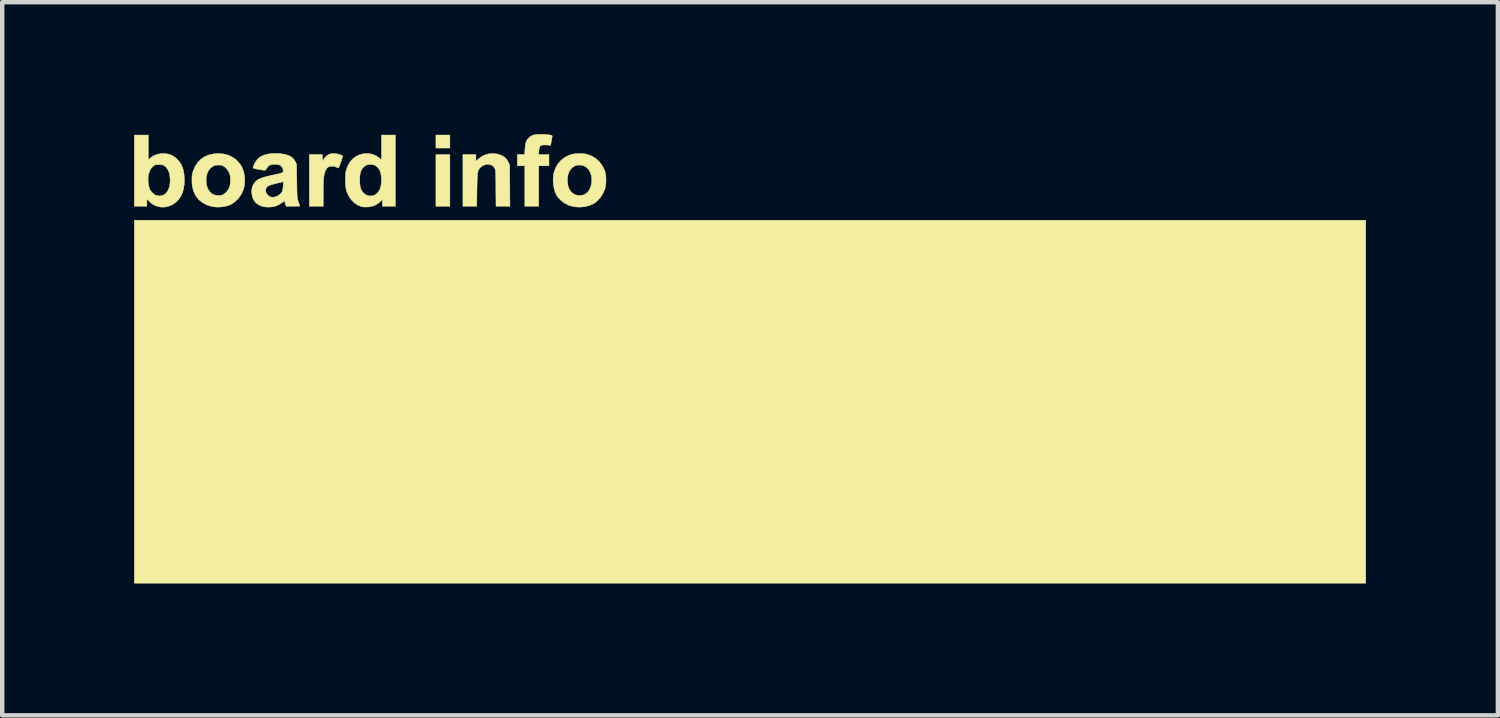
<source format=kicad_pcb>
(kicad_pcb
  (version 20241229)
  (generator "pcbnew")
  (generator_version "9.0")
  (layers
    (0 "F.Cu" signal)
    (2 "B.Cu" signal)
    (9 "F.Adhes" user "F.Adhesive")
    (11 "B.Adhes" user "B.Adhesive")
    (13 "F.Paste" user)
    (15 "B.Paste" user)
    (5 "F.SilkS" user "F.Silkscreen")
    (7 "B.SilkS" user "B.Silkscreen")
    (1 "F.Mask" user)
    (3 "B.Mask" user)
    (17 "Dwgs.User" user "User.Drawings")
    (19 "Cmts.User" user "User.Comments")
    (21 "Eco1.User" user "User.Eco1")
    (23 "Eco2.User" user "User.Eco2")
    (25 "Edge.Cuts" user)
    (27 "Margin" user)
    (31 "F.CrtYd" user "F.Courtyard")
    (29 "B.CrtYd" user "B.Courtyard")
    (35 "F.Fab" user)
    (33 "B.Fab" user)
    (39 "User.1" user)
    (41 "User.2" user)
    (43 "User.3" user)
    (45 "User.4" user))
  (footprint "board_info_block_bot"
    (layer "F.Cu")
    (at 14.007 5.101)
    (property "Reference" "board_info_block_bot" (at 0 0 0) (layer "F.SilkS") (effects (font (size 1.27 1.27) (thickness 0.15))))
    (attr through_hole board_only exclude_from_pos_files exclude_from_bom)
    (fp_poly (pts (xy -6.826 -4.784) (xy -7.144 -4.784) (xy -7.144 -5.08) (xy -6.826 -5.08) (xy -6.826 -4.784)) (stroke (width 0.01) (type solid)) (fill yes) (layer "F.SilkS"))
    (fp_poly (pts (xy -6.826 -3.461) (xy -7.144 -3.461) (xy -7.144 -4.636) (xy -6.826 -4.636) (xy -6.826 -3.461)) (stroke (width 0.01) (type solid)) (fill yes) (layer "F.SilkS"))
    (fp_poly (pts (xy 14.002 5.112) (xy -14.002 5.112) (xy -14.002 -3.143) (xy 14.002 -3.143) (xy 14.002 5.112)) (stroke (width 0.01) (type solid)) (fill yes) (layer "F.SilkS"))
    (fp_poly (pts (xy -4.674 -5.094) (xy -4.613 -5.09) (xy -4.562 -5.084) (xy -4.524 -5.076) (xy -4.502 -5.066) (xy -4.498 -5.06) (xy -4.499 -5.048) (xy -4.504 -5.019) (xy -4.511 -4.979) (xy -4.516 -4.95) (xy -4.535 -4.846) (xy -4.622 -4.854) (xy -4.688 -4.855) (xy -4.736 -4.849) (xy -4.769 -4.833) (xy -4.785 -4.813) (xy -4.791 -4.793) (xy -4.797 -4.758) (xy -4.802 -4.717) (xy -4.802 -4.714) (xy -4.808 -4.636) (xy -4.572 -4.636) (xy -4.572 -4.381) (xy -4.805 -4.381) (xy -4.805 -3.461) (xy -5.122 -3.461) (xy -5.122 -4.381) (xy -5.292 -4.381) (xy -5.292 -4.636) (xy -5.126 -4.636) (xy -5.119 -4.749) (xy -5.113 -4.828) (xy -5.103 -4.889) (xy -5.089 -4.937) (xy -5.068 -4.975) (xy -5.04 -5.008) (xy -5.034 -5.014) (xy -4.997 -5.044) (xy -4.959 -5.067) (xy -4.916 -5.082) (xy -4.864 -5.091) (xy -4.798 -5.095) (xy -4.741 -5.096) (xy -4.674 -5.094)) (stroke (width 0.01) (type solid)) (fill yes) (layer "F.SilkS"))
    (fp_poly (pts (xy -9.429 -4.657) (xy -9.382 -4.65) (xy -9.337 -4.639) (xy -9.3 -4.625) (xy -9.273 -4.61) (xy -9.263 -4.595) (xy -9.263 -4.59) (xy -9.268 -4.575) (xy -9.279 -4.545) (xy -9.293 -4.504) (xy -9.308 -4.461) (xy -9.325 -4.414) (xy -9.339 -4.375) (xy -9.35 -4.347) (xy -9.356 -4.336) (xy -9.369 -4.335) (xy -9.394 -4.343) (xy -9.408 -4.35) (xy -9.461 -4.368) (xy -9.517 -4.372) (xy -9.569 -4.363) (xy -9.591 -4.353) (xy -9.627 -4.32) (xy -9.657 -4.269) (xy -9.68 -4.202) (xy -9.694 -4.122) (xy -9.697 -4.085) (xy -9.7 -4.031) (xy -9.702 -3.964) (xy -9.704 -3.888) (xy -9.705 -3.807) (xy -9.705 -3.744) (xy -9.705 -3.461) (xy -10.022 -3.461) (xy -10.022 -4.636) (xy -9.727 -4.636) (xy -9.724 -4.567) (xy -9.721 -4.498) (xy -9.676 -4.556) (xy -9.637 -4.6) (xy -9.597 -4.63) (xy -9.549 -4.649) (xy -9.515 -4.657) (xy -9.475 -4.66) (xy -9.429 -4.657)) (stroke (width 0.01) (type solid)) (fill yes) (layer "F.SilkS"))
    (fp_poly (pts (xy -5.742 -4.648) (xy -5.652 -4.617) (xy -5.644 -4.614) (xy -5.589 -4.582) (xy -5.547 -4.543) (xy -5.512 -4.492) (xy -5.494 -4.456) (xy -5.466 -4.397) (xy -5.463 -3.929) (xy -5.46 -3.461) (xy -5.777 -3.461) (xy -5.781 -3.871) (xy -5.781 -3.976) (xy -5.782 -4.062) (xy -5.783 -4.131) (xy -5.785 -4.185) (xy -5.787 -4.227) (xy -5.789 -4.258) (xy -5.792 -4.282) (xy -5.795 -4.299) (xy -5.8 -4.312) (xy -5.804 -4.321) (xy -5.837 -4.366) (xy -5.881 -4.396) (xy -5.934 -4.411) (xy -5.992 -4.412) (xy -6.049 -4.397) (xy -6.104 -4.366) (xy -6.132 -4.342) (xy -6.15 -4.323) (xy -6.164 -4.304) (xy -6.176 -4.283) (xy -6.185 -4.257) (xy -6.193 -4.224) (xy -6.198 -4.181) (xy -6.202 -4.128) (xy -6.205 -4.061) (xy -6.207 -3.978) (xy -6.209 -3.877) (xy -6.21 -3.829) (xy -6.215 -3.461) (xy -6.53 -3.461) (xy -6.53 -4.636) (xy -6.234 -4.636) (xy -6.234 -4.481) (xy -6.18 -4.533) (xy -6.105 -4.59) (xy -6.021 -4.631) (xy -5.93 -4.654) (xy -5.835 -4.66) (xy -5.742 -4.648)) (stroke (width 0.01) (type solid)) (fill yes) (layer "F.SilkS"))
    (fp_poly (pts (xy -8.065 -3.461) (xy -8.361 -3.461) (xy -8.361 -3.612) (xy -8.414 -3.562) (xy -8.489 -3.504) (xy -8.571 -3.466) (xy -8.662 -3.446) (xy -8.698 -3.444) (xy -8.746 -3.443) (xy -8.791 -3.445) (xy -8.825 -3.449) (xy -8.831 -3.451) (xy -8.915 -3.482) (xy -8.992 -3.533) (xy -9.06 -3.599) (xy -9.118 -3.68) (xy -9.163 -3.772) (xy -9.182 -3.832) (xy -9.191 -3.878) (xy -9.198 -3.94) (xy -9.201 -4.01) (xy -9.202 -4.063) (xy -8.878 -4.063) (xy -8.876 -4.03) (xy -8.873 -3.978) (xy -8.868 -3.929) (xy -8.863 -3.89) (xy -8.859 -3.871) (xy -8.834 -3.818) (xy -8.795 -3.767) (xy -8.747 -3.727) (xy -8.731 -3.717) (xy -8.673 -3.698) (xy -8.611 -3.695) (xy -8.55 -3.709) (xy -8.511 -3.729) (xy -8.458 -3.779) (xy -8.419 -3.843) (xy -8.394 -3.923) (xy -8.383 -4.018) (xy -8.382 -4.05) (xy -8.387 -4.149) (xy -8.404 -4.232) (xy -8.432 -4.298) (xy -8.473 -4.351) (xy -8.526 -4.39) (xy -8.532 -4.393) (xy -8.583 -4.409) (xy -8.641 -4.413) (xy -8.698 -4.405) (xy -8.731 -4.392) (xy -8.786 -4.355) (xy -8.828 -4.304) (xy -8.857 -4.239) (xy -8.873 -4.159) (xy -8.878 -4.063) (xy -9.202 -4.063) (xy -9.202 -4.084) (xy -9.2 -4.155) (xy -9.196 -4.217) (xy -9.188 -4.264) (xy -9.187 -4.265) (xy -9.153 -4.367) (xy -9.104 -4.457) (xy -9.042 -4.531) (xy -8.968 -4.59) (xy -8.884 -4.632) (xy -8.791 -4.656) (xy -8.789 -4.656) (xy -8.689 -4.66) (xy -8.594 -4.645) (xy -8.506 -4.61) (xy -8.427 -4.556) (xy -8.427 -4.556) (xy -8.382 -4.517) (xy -8.382 -5.08) (xy -8.065 -5.08) (xy -8.065 -3.461)) (stroke (width 0.01) (type solid)) (fill yes) (layer "F.SilkS"))
    (fp_poly (pts (xy -13.684 -4.517) (xy -13.641 -4.556) (xy -13.571 -4.605) (xy -13.491 -4.639) (xy -13.403 -4.657) (xy -13.312 -4.66) (xy -13.223 -4.645) (xy -13.147 -4.618) (xy -13.09 -4.583) (xy -13.032 -4.534) (xy -12.98 -4.477) (xy -12.939 -4.418) (xy -12.929 -4.399) (xy -12.894 -4.303) (xy -12.872 -4.196) (xy -12.863 -4.082) (xy -12.866 -3.966) (xy -12.884 -3.854) (xy -12.903 -3.782) (xy -12.942 -3.692) (xy -12.996 -3.613) (xy -13.062 -3.548) (xy -13.137 -3.496) (xy -13.219 -3.461) (xy -13.306 -3.442) (xy -13.395 -3.441) (xy -13.483 -3.46) (xy -13.487 -3.462) (xy -13.535 -3.48) (xy -13.573 -3.499) (xy -13.608 -3.524) (xy -13.648 -3.558) (xy -13.66 -3.571) (xy -13.716 -3.624) (xy -13.716 -3.461) (xy -14.002 -3.461) (xy -14.002 -4.102) (xy -13.69 -4.102) (xy -13.687 -4.007) (xy -13.685 -3.984) (xy -13.674 -3.918) (xy -13.659 -3.867) (xy -13.639 -3.825) (xy -13.611 -3.787) (xy -13.602 -3.776) (xy -13.551 -3.731) (xy -13.497 -3.704) (xy -13.435 -3.696) (xy -13.417 -3.697) (xy -13.37 -3.703) (xy -13.332 -3.719) (xy -13.311 -3.732) (xy -13.264 -3.777) (xy -13.228 -3.838) (xy -13.202 -3.913) (xy -13.189 -3.998) (xy -13.188 -4.091) (xy -13.198 -4.174) (xy -13.219 -4.25) (xy -13.253 -4.314) (xy -13.297 -4.364) (xy -13.312 -4.376) (xy -13.338 -4.392) (xy -13.361 -4.402) (xy -13.389 -4.407) (xy -13.429 -4.408) (xy -13.441 -4.408) (xy -13.484 -4.407) (xy -13.514 -4.404) (xy -13.537 -4.395) (xy -13.561 -4.381) (xy -13.569 -4.375) (xy -13.618 -4.327) (xy -13.654 -4.265) (xy -13.679 -4.188) (xy -13.69 -4.102) (xy -14.002 -4.102) (xy -14.002 -5.08) (xy -13.684 -5.08) (xy -13.684 -4.517)) (stroke (width 0.01) (type solid)) (fill yes) (layer "F.SilkS"))
    (fp_poly (pts (xy -3.833 -4.658) (xy -3.758 -4.652) (xy -3.705 -4.642) (xy -3.605 -4.605) (xy -3.513 -4.551) (xy -3.434 -4.481) (xy -3.368 -4.396) (xy -3.317 -4.299) (xy -3.295 -4.239) (xy -3.282 -4.176) (xy -3.276 -4.1) (xy -3.276 -4.02) (xy -3.282 -3.942) (xy -3.295 -3.873) (xy -3.299 -3.858) (xy -3.339 -3.761) (xy -3.394 -3.672) (xy -3.463 -3.594) (xy -3.54 -3.531) (xy -3.575 -3.51) (xy -3.659 -3.475) (xy -3.755 -3.452) (xy -3.858 -3.441) (xy -3.961 -3.445) (xy -4.032 -3.456) (xy -4.128 -3.486) (xy -4.217 -3.531) (xy -4.297 -3.59) (xy -4.363 -3.659) (xy -4.406 -3.722) (xy -4.437 -3.797) (xy -4.46 -3.885) (xy -4.474 -3.981) (xy -4.477 -4.053) (xy -4.153 -4.053) (xy -4.147 -3.967) (xy -4.132 -3.896) (xy -4.104 -3.836) (xy -4.073 -3.794) (xy -4.025 -3.749) (xy -3.977 -3.721) (xy -3.922 -3.708) (xy -3.867 -3.707) (xy -3.821 -3.71) (xy -3.786 -3.719) (xy -3.753 -3.734) (xy -3.74 -3.742) (xy -3.689 -3.785) (xy -3.649 -3.843) (xy -3.621 -3.911) (xy -3.604 -3.987) (xy -3.599 -4.066) (xy -3.606 -4.144) (xy -3.627 -4.217) (xy -3.661 -4.282) (xy -3.679 -4.307) (xy -3.728 -4.353) (xy -3.782 -4.382) (xy -3.845 -4.396) (xy -3.879 -4.397) (xy -3.923 -4.396) (xy -3.956 -4.39) (xy -3.986 -4.377) (xy -4.004 -4.368) (xy -4.064 -4.321) (xy -4.108 -4.259) (xy -4.138 -4.183) (xy -4.151 -4.093) (xy -4.153 -4.053) (xy -4.477 -4.053) (xy -4.478 -4.077) (xy -4.471 -4.169) (xy -4.46 -4.227) (xy -4.423 -4.331) (xy -4.369 -4.424) (xy -4.3 -4.504) (xy -4.217 -4.569) (xy -4.122 -4.618) (xy -4.053 -4.641) (xy -3.989 -4.653) (xy -3.913 -4.659) (xy -3.833 -4.658)) (stroke (width 0.01) (type solid)) (fill yes) (layer "F.SilkS"))
    (fp_poly (pts (xy -11.977 -4.651) (xy -11.868 -4.624) (xy -11.771 -4.579) (xy -11.684 -4.516) (xy -11.609 -4.435) (xy -11.582 -4.397) (xy -11.54 -4.319) (xy -11.511 -4.228) (xy -11.494 -4.129) (xy -11.49 -4.027) (xy -11.499 -3.927) (xy -11.519 -3.846) (xy -11.563 -3.744) (xy -11.624 -3.652) (xy -11.702 -3.573) (xy -11.791 -3.51) (xy -11.864 -3.477) (xy -11.951 -3.455) (xy -12.045 -3.443) (xy -12.141 -3.442) (xy -12.233 -3.454) (xy -12.262 -3.461) (xy -12.368 -3.497) (xy -12.461 -3.549) (xy -12.538 -3.613) (xy -12.6 -3.69) (xy -12.619 -3.724) (xy -12.654 -3.802) (xy -12.677 -3.885) (xy -12.69 -3.976) (xy -12.692 -4.059) (xy -12.692 -4.09) (xy -12.368 -4.09) (xy -12.368 -3.999) (xy -12.353 -3.915) (xy -12.322 -3.842) (xy -12.279 -3.782) (xy -12.222 -3.737) (xy -12.198 -3.724) (xy -12.145 -3.709) (xy -12.085 -3.705) (xy -12.025 -3.711) (xy -11.985 -3.724) (xy -11.941 -3.753) (xy -11.897 -3.796) (xy -11.861 -3.847) (xy -11.836 -3.898) (xy -11.825 -3.945) (xy -11.819 -4.004) (xy -11.818 -4.068) (xy -11.82 -4.13) (xy -11.828 -4.18) (xy -11.83 -4.187) (xy -11.857 -4.249) (xy -11.898 -4.307) (xy -11.947 -4.354) (xy -11.964 -4.365) (xy -11.996 -4.383) (xy -12.024 -4.393) (xy -12.059 -4.397) (xy -12.091 -4.397) (xy -12.136 -4.396) (xy -12.169 -4.39) (xy -12.199 -4.377) (xy -12.215 -4.368) (xy -12.274 -4.325) (xy -12.317 -4.27) (xy -12.347 -4.203) (xy -12.365 -4.121) (xy -12.368 -4.09) (xy -12.692 -4.09) (xy -12.692 -4.118) (xy -12.688 -4.163) (xy -12.681 -4.204) (xy -12.669 -4.247) (xy -12.665 -4.261) (xy -12.62 -4.366) (xy -12.562 -4.456) (xy -12.489 -4.53) (xy -12.403 -4.588) (xy -12.305 -4.629) (xy -12.196 -4.653) (xy -12.096 -4.66) (xy -11.977 -4.651)) (stroke (width 0.01) (type solid)) (fill yes) (layer "F.SilkS"))
    (fp_poly (pts (xy -10.683 -4.657) (xy -10.582 -4.642) (xy -10.499 -4.618) (xy -10.433 -4.583) (xy -10.381 -4.537) (xy -10.344 -4.48) (xy -10.343 -4.479) (xy -10.313 -4.419) (xy -10.307 -4.032) (xy -10.306 -3.931) (xy -10.304 -3.849) (xy -10.303 -3.784) (xy -10.301 -3.732) (xy -10.299 -3.691) (xy -10.296 -3.66) (xy -10.293 -3.635) (xy -10.288 -3.615) (xy -10.283 -3.596) (xy -10.276 -3.577) (xy -10.275 -3.572) (xy -10.261 -3.533) (xy -10.248 -3.5) (xy -10.24 -3.48) (xy -10.24 -3.479) (xy -10.238 -3.472) (xy -10.242 -3.467) (xy -10.255 -3.464) (xy -10.28 -3.462) (xy -10.319 -3.461) (xy -10.375 -3.461) (xy -10.392 -3.461) (xy -10.551 -3.461) (xy -10.57 -3.523) (xy -10.588 -3.585) (xy -10.631 -3.551) (xy -10.711 -3.498) (xy -10.801 -3.46) (xy -10.821 -3.454) (xy -10.875 -3.445) (xy -10.939 -3.441) (xy -11.005 -3.443) (xy -11.063 -3.45) (xy -11.081 -3.454) (xy -11.163 -3.486) (xy -11.23 -3.532) (xy -11.281 -3.592) (xy -11.315 -3.664) (xy -11.331 -3.749) (xy -11.333 -3.764) (xy -11.332 -3.809) (xy -11.016 -3.809) (xy -11.005 -3.765) (xy -10.979 -3.725) (xy -10.943 -3.692) (xy -10.897 -3.67) (xy -10.858 -3.663) (xy -10.838 -3.665) (xy -10.808 -3.672) (xy -10.789 -3.677) (xy -10.735 -3.701) (xy -10.686 -3.736) (xy -10.648 -3.778) (xy -10.64 -3.792) (xy -10.63 -3.824) (xy -10.622 -3.871) (xy -10.617 -3.923) (xy -10.612 -4.019) (xy -10.738 -3.989) (xy -10.813 -3.97) (xy -10.871 -3.954) (xy -10.914 -3.941) (xy -10.945 -3.928) (xy -10.968 -3.914) (xy -10.985 -3.899) (xy -10.992 -3.892) (xy -11.013 -3.852) (xy -11.016 -3.809) (xy -11.332 -3.809) (xy -11.332 -3.842) (xy -11.318 -3.907) (xy -11.29 -3.964) (xy -11.258 -4.006) (xy -11.234 -4.032) (xy -11.208 -4.053) (xy -11.178 -4.073) (xy -11.142 -4.09) (xy -11.096 -4.107) (xy -11.039 -4.125) (xy -10.968 -4.143) (xy -10.881 -4.164) (xy -10.79 -4.185) (xy -10.726 -4.199) (xy -10.68 -4.21) (xy -10.648 -4.22) (xy -10.629 -4.23) (xy -10.619 -4.242) (xy -10.616 -4.255) (xy -10.615 -4.267) (xy -10.624 -4.316) (xy -10.648 -4.36) (xy -10.683 -4.391) (xy -10.689 -4.395) (xy -10.729 -4.407) (xy -10.785 -4.413) (xy -10.806 -4.413) (xy -10.865 -4.411) (xy -10.91 -4.4) (xy -10.945 -4.38) (xy -10.977 -4.345) (xy -11.011 -4.294) (xy -11.012 -4.291) (xy -11.018 -4.284) (xy -11.027 -4.28) (xy -11.042 -4.279) (xy -11.067 -4.281) (xy -11.107 -4.287) (xy -11.163 -4.297) (xy -11.163 -4.297) (xy -11.222 -4.307) (xy -11.262 -4.316) (xy -11.287 -4.324) (xy -11.3 -4.331) (xy -11.303 -4.338) (xy -11.297 -4.363) (xy -11.282 -4.399) (xy -11.261 -4.441) (xy -11.236 -4.482) (xy -11.211 -4.518) (xy -11.201 -4.529) (xy -11.142 -4.58) (xy -11.066 -4.619) (xy -10.975 -4.646) (xy -10.871 -4.66) (xy -10.756 -4.662) (xy -10.683 -4.657)) (stroke (width 0.01) (type solid)) (fill yes) (layer "F.SilkS")))
  (gr_rect
    (start -3 -3)
    (end 31.014 13.218)
    (stroke (width 0.1) (type default))
    (fill no)
    (layer "Edge.Cuts")))
</source>
